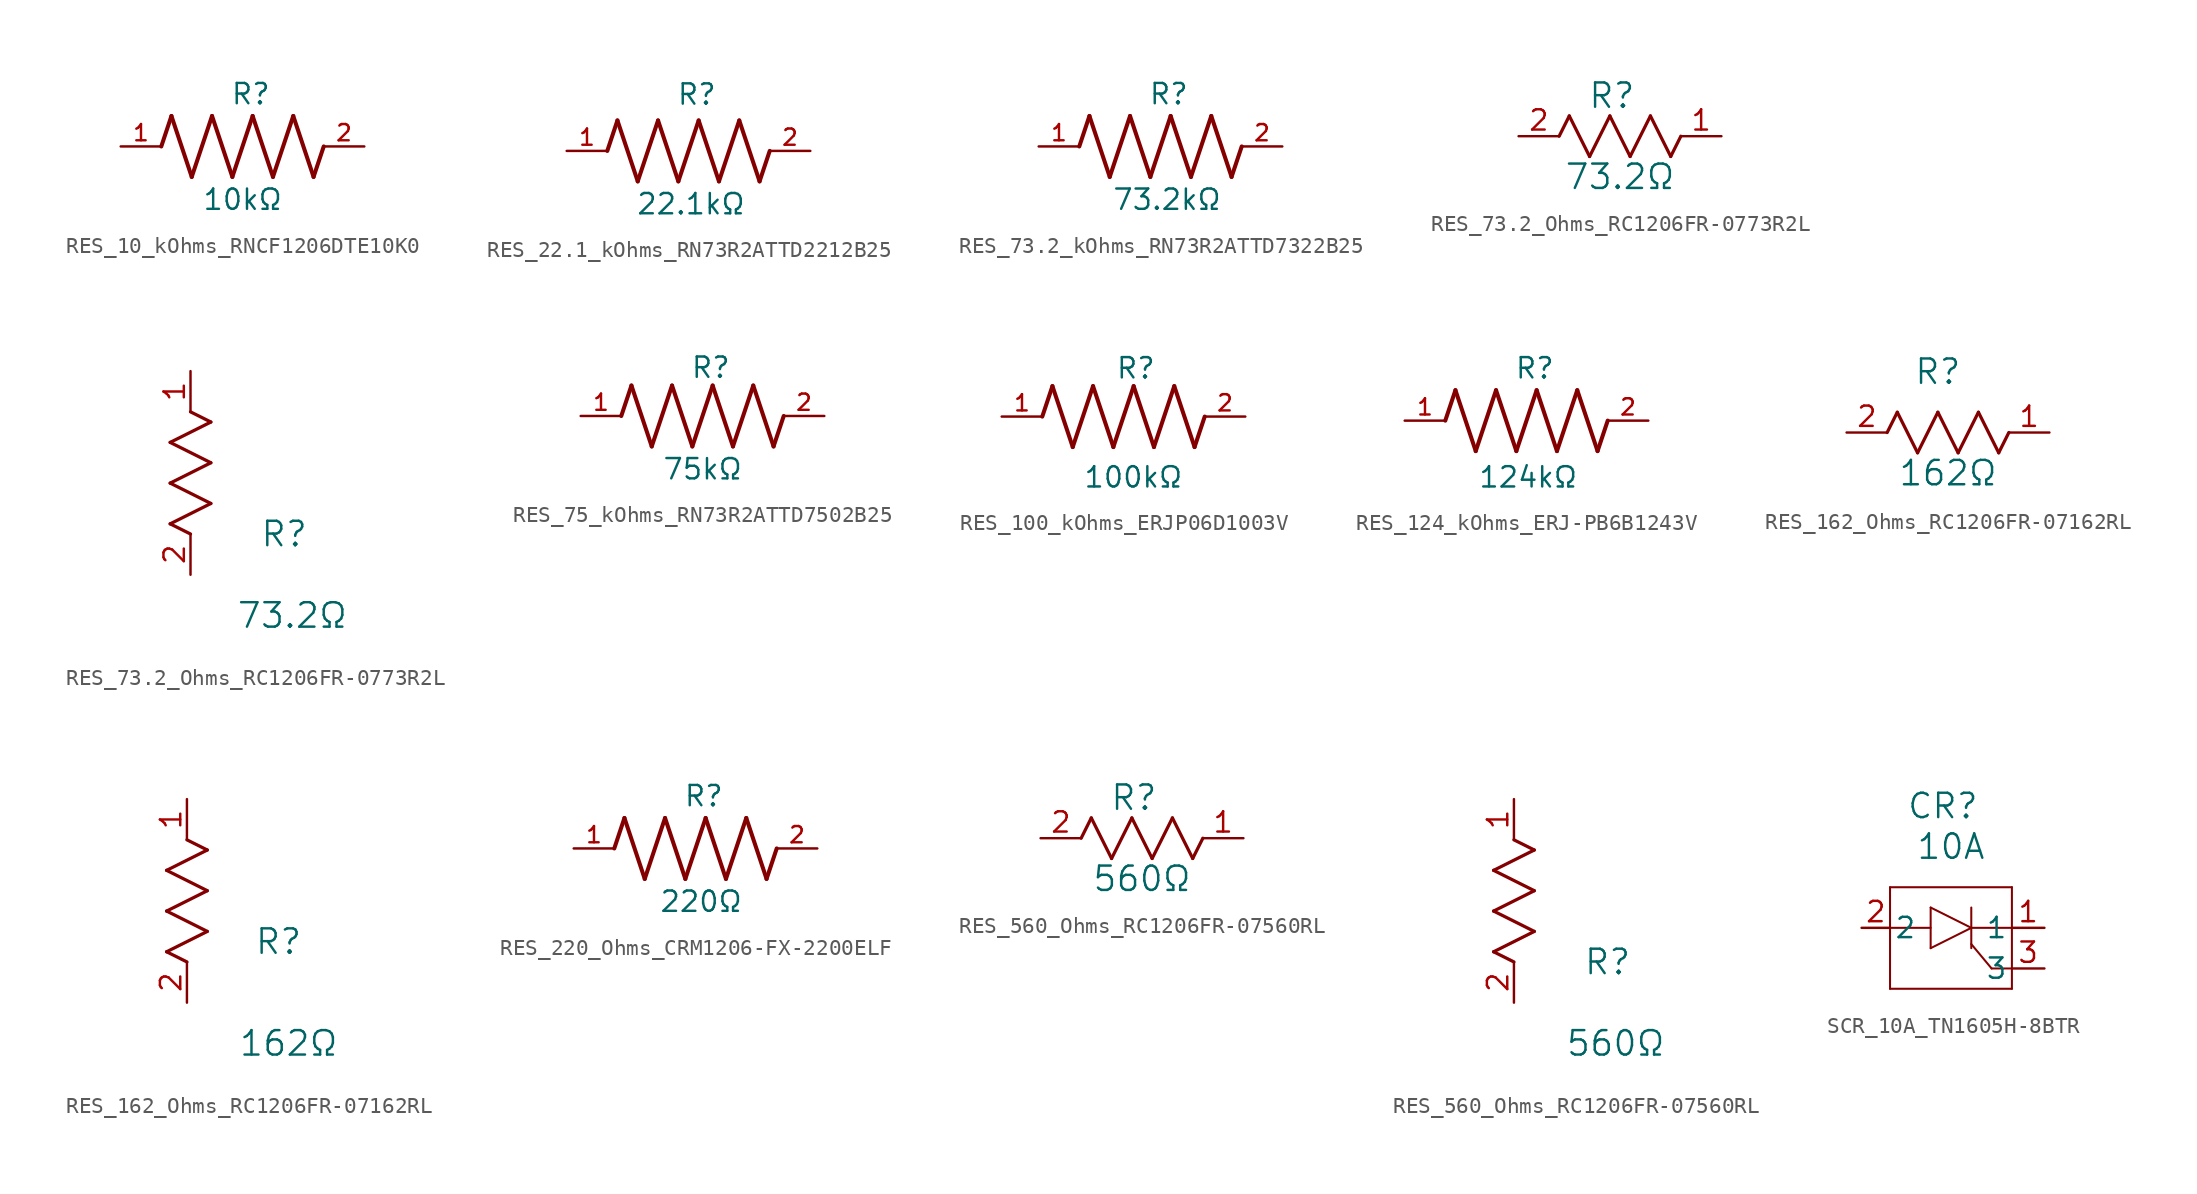
<source format=kicad_sym>
(kicad_symbol_lib
  (version 20241209)
  (generator "kicad_symbol_editor")
  (generator_version "9.0")
  (symbol "RES_10_kOhms_RNCF1206DTE10K0"
    (pin_names
      (offset 1.016))
    (property "Reference" "R"
      (at -0.762 2.54 0)
      (effects (font (size 1.27 1.27)) (justify left bottom)))
    (property "Value" "10kΩ"
      (at -2.54 -4.064 0)
      (effects (font (size 1.27 1.27)) (justify left bottom)))
    (symbol "RES_10_kOhms_RNCF1206DTE10K0_0_0"
      (polyline (pts (xy -5.08 0) (xy -4.445 1.905)) (stroke (width 0.254) (type default)) (fill (type none)))
      (polyline (pts (xy -4.445 1.905) (xy -3.175 -1.905)) (stroke (width 0.254) (type default)) (fill (type none)))
      (polyline (pts (xy -3.175 -1.905) (xy -1.905 1.905)) (stroke (width 0.254) (type default)) (fill (type none)))
      (polyline (pts (xy -1.905 1.905) (xy -0.635 -1.905)) (stroke (width 0.254) (type default)) (fill (type none)))
      (polyline (pts (xy -0.635 -1.905) (xy 0.635 1.905)) (stroke (width 0.254) (type default)) (fill (type none)))
      (polyline (pts (xy 0.635 1.905) (xy 1.905 -1.905)) (stroke (width 0.254) (type default)) (fill (type none)))
      (polyline (pts (xy 1.905 -1.905) (xy 3.175 1.905)) (stroke (width 0.254) (type default)) (fill (type none)))
      (polyline (pts (xy 3.175 1.905) (xy 4.445 -1.905)) (stroke (width 0.254) (type default)) (fill (type none)))
      (polyline (pts (xy 4.445 -1.905) (xy 5.08 0)) (stroke (width 0.254) (type default)) (fill (type none))))
    (symbol "RES_10_kOhms_RNCF1206DTE10K0_1_0"
      (pin passive line (at -7.62 0 0) (length 2.54) (name "~" (effects (font (size 1.016 1.016)))) (number "1" (effects (font (size 1.016 1.016)))))
      (pin passive line (at 7.62 0 180) (length 2.54) (name "~" (effects (font (size 1.016 1.016)))) (number "2" (effects (font (size 1.016 1.016)))))))
  (symbol "RES_22.1_kOhms_RN73R2ATTD2212B25"
    (pin_names
      (offset 1.016))
    (property "Reference" "R"
      (at -0.762 2.794 0)
      (effects (font (size 1.27 1.27)) (justify left bottom)))
    (property "Value" "22.1kΩ"
      (at -3.302 -4.064 0)
      (effects (font (size 1.27 1.27)) (justify left bottom)))
    (symbol "RES_22.1_kOhms_RN73R2ATTD2212B25_0_0"
      (polyline (pts (xy -5.08 0) (xy -4.445 1.905)) (stroke (width 0.254) (type default)) (fill (type none)))
      (polyline (pts (xy -4.445 1.905) (xy -3.175 -1.905)) (stroke (width 0.254) (type default)) (fill (type none)))
      (polyline (pts (xy -3.175 -1.905) (xy -1.905 1.905)) (stroke (width 0.254) (type default)) (fill (type none)))
      (polyline (pts (xy -1.905 1.905) (xy -0.635 -1.905)) (stroke (width 0.254) (type default)) (fill (type none)))
      (polyline (pts (xy -0.635 -1.905) (xy 0.635 1.905)) (stroke (width 0.254) (type default)) (fill (type none)))
      (polyline (pts (xy 0.635 1.905) (xy 1.905 -1.905)) (stroke (width 0.254) (type default)) (fill (type none)))
      (polyline (pts (xy 1.905 -1.905) (xy 3.175 1.905)) (stroke (width 0.254) (type default)) (fill (type none)))
      (polyline (pts (xy 3.175 1.905) (xy 4.445 -1.905)) (stroke (width 0.254) (type default)) (fill (type none)))
      (polyline (pts (xy 4.445 -1.905) (xy 5.08 0)) (stroke (width 0.254) (type default)) (fill (type none))))
    (symbol "RES_22.1_kOhms_RN73R2ATTD2212B25_1_0"
      (pin passive line (at -7.62 0 0) (length 2.54) (name "~" (effects (font (size 1.016 1.016)))) (number "1" (effects (font (size 1.016 1.016)))))
      (pin passive line (at 7.62 0 180) (length 2.54) (name "~" (effects (font (size 1.016 1.016)))) (number "2" (effects (font (size 1.016 1.016)))))))
  (symbol "RES_73.2_kOhms_RN73R2ATTD7322B25"
    (pin_names
      (offset 1.016))
    (property "Reference" "R"
      (at -0.762 2.54 0)
      (effects (font (size 1.27 1.27)) (justify left bottom)))
    (property "Value" "73.2kΩ"
      (at -3.048 -4.064 0)
      (effects (font (size 1.27 1.27)) (justify left bottom)))
    (symbol "RES_73.2_kOhms_RN73R2ATTD7322B25_0_0"
      (polyline (pts (xy -5.08 0) (xy -4.445 1.905)) (stroke (width 0.254) (type default)) (fill (type none)))
      (polyline (pts (xy -4.445 1.905) (xy -3.175 -1.905)) (stroke (width 0.254) (type default)) (fill (type none)))
      (polyline (pts (xy -3.175 -1.905) (xy -1.905 1.905)) (stroke (width 0.254) (type default)) (fill (type none)))
      (polyline (pts (xy -1.905 1.905) (xy -0.635 -1.905)) (stroke (width 0.254) (type default)) (fill (type none)))
      (polyline (pts (xy -0.635 -1.905) (xy 0.635 1.905)) (stroke (width 0.254) (type default)) (fill (type none)))
      (polyline (pts (xy 0.635 1.905) (xy 1.905 -1.905)) (stroke (width 0.254) (type default)) (fill (type none)))
      (polyline (pts (xy 1.905 -1.905) (xy 3.175 1.905)) (stroke (width 0.254) (type default)) (fill (type none)))
      (polyline (pts (xy 3.175 1.905) (xy 4.445 -1.905)) (stroke (width 0.254) (type default)) (fill (type none)))
      (polyline (pts (xy 4.445 -1.905) (xy 5.08 0)) (stroke (width 0.254) (type default)) (fill (type none))))
    (symbol "RES_73.2_kOhms_RN73R2ATTD7322B25_1_0"
      (pin passive line (at -7.62 0 0) (length 2.54) (name "~" (effects (font (size 1.016 1.016)))) (number "1" (effects (font (size 1.016 1.016)))))
      (pin passive line (at 7.62 0 180) (length 2.54) (name "~" (effects (font (size 1.016 1.016)))) (number "2" (effects (font (size 1.016 1.016)))))))
  (symbol "RES_73.2_Ohms_RC1206FR-0773R2L"
    (pin_names
      (offset 0.254))
    (property "Reference" "R"
      (at 5.842 2.54 0)
      (effects (font (size 1.524 1.524))))
    (property "Value" "73.2Ω"
      (at 6.35 -2.54 0)
      (effects (font (size 1.524 1.524))))
    (property "ki_locked" ""
      (at 0 0 0)
      (effects (font (size 1.27 1.27))))
    (symbol "RES_73.2_Ohms_RC1206FR-0773R2L_1_1"
      (polyline (pts (xy 2.54 0) (xy 3.175 1.27)) (stroke (width 0.203) (type default)) (fill (type none)))
      (polyline (pts (xy 3.175 1.27) (xy 4.445 -1.27)) (stroke (width 0.203) (type default)) (fill (type none)))
      (polyline (pts (xy 4.445 -1.27) (xy 5.715 1.27)) (stroke (width 0.203) (type default)) (fill (type none)))
      (polyline (pts (xy 5.715 1.27) (xy 6.985 -1.27)) (stroke (width 0.203) (type default)) (fill (type none)))
      (polyline (pts (xy 6.985 -1.27) (xy 8.255 1.27)) (stroke (width 0.203) (type default)) (fill (type none)))
      (polyline (pts (xy 8.255 1.27) (xy 9.525 -1.27)) (stroke (width 0.203) (type default)) (fill (type none)))
      (polyline (pts (xy 9.525 -1.27) (xy 10.16 0)) (stroke (width 0.203) (type default)) (fill (type none)))
      (pin unspecified line (at 0 0 0) (length 2.54) (name "" (effects (font (size 1.27 1.27)))) (number "2" (effects (font (size 1.27 1.27)))))
      (pin unspecified line (at 12.7 0 180) (length 2.54) (name "" (effects (font (size 1.27 1.27)))) (number "1" (effects (font (size 1.27 1.27))))))
    (symbol "RES_73.2_Ohms_RC1206FR-0773R2L_1_2"
      (polyline (pts (xy -1.27 8.255) (xy 1.27 9.525)) (stroke (width 0.203) (type default)) (fill (type none)))
      (polyline (pts (xy -1.27 5.715) (xy 1.27 6.985)) (stroke (width 0.203) (type default)) (fill (type none)))
      (polyline (pts (xy -1.27 3.175) (xy 1.27 4.445)) (stroke (width 0.203) (type default)) (fill (type none)))
      (polyline (pts (xy 0 2.54) (xy -1.27 3.175)) (stroke (width 0.203) (type default)) (fill (type none)))
      (polyline (pts (xy 1.27 9.525) (xy 0 10.16)) (stroke (width 0.203) (type default)) (fill (type none)))
      (polyline (pts (xy 1.27 6.985) (xy -1.27 8.255)) (stroke (width 0.203) (type default)) (fill (type none)))
      (polyline (pts (xy 1.27 4.445) (xy -1.27 5.715)) (stroke (width 0.203) (type default)) (fill (type none)))
      (pin unspecified line (at 0 12.7 270) (length 2.54) (name "" (effects (font (size 1.27 1.27)))) (number "1" (effects (font (size 1.27 1.27)))))
      (pin unspecified line (at 0 0 90) (length 2.54) (name "" (effects (font (size 1.27 1.27)))) (number "2" (effects (font (size 1.27 1.27)))))))
  (symbol "RES_75_kOhms_RN73R2ATTD7502B25"
    (pin_names
      (offset 1.016))
    (property "Reference" "R"
      (at -0.762 2.286 0)
      (effects (font (size 1.27 1.27)) (justify left bottom)))
    (property "Value" "75kΩ"
      (at -2.54 -4.064 0)
      (effects (font (size 1.27 1.27)) (justify left bottom)))
    (symbol "RES_75_kOhms_RN73R2ATTD7502B25_0_0"
      (polyline (pts (xy -5.08 0) (xy -4.445 1.905)) (stroke (width 0.254) (type default)) (fill (type none)))
      (polyline (pts (xy -4.445 1.905) (xy -3.175 -1.905)) (stroke (width 0.254) (type default)) (fill (type none)))
      (polyline (pts (xy -3.175 -1.905) (xy -1.905 1.905)) (stroke (width 0.254) (type default)) (fill (type none)))
      (polyline (pts (xy -1.905 1.905) (xy -0.635 -1.905)) (stroke (width 0.254) (type default)) (fill (type none)))
      (polyline (pts (xy -0.635 -1.905) (xy 0.635 1.905)) (stroke (width 0.254) (type default)) (fill (type none)))
      (polyline (pts (xy 0.635 1.905) (xy 1.905 -1.905)) (stroke (width 0.254) (type default)) (fill (type none)))
      (polyline (pts (xy 1.905 -1.905) (xy 3.175 1.905)) (stroke (width 0.254) (type default)) (fill (type none)))
      (polyline (pts (xy 3.175 1.905) (xy 4.445 -1.905)) (stroke (width 0.254) (type default)) (fill (type none)))
      (polyline (pts (xy 4.445 -1.905) (xy 5.08 0)) (stroke (width 0.254) (type default)) (fill (type none))))
    (symbol "RES_75_kOhms_RN73R2ATTD7502B25_1_0"
      (pin passive line (at -7.62 0 0) (length 2.54) (name "~" (effects (font (size 1.016 1.016)))) (number "1" (effects (font (size 1.016 1.016)))))
      (pin passive line (at 7.62 0 180) (length 2.54) (name "~" (effects (font (size 1.016 1.016)))) (number "2" (effects (font (size 1.016 1.016)))))))
  (symbol "RES_100_kOhms_ERJP06D1003V"
    (pin_names
      (offset 1.016))
    (property "Reference" "R"
      (at -0.508 2.286 0)
      (effects (font (size 1.27 1.27)) (justify left bottom)))
    (property "Value" "100kΩ"
      (at -2.54 -3.048 0)
      (effects (font (size 1.27 1.27)) (justify left top)))
    (symbol "RES_100_kOhms_ERJP06D1003V_0_0"
      (polyline (pts (xy -5.08 0) (xy -4.445 1.905)) (stroke (width 0.254) (type default)) (fill (type none)))
      (polyline (pts (xy -4.445 1.905) (xy -3.175 -1.905)) (stroke (width 0.254) (type default)) (fill (type none)))
      (polyline (pts (xy -3.175 -1.905) (xy -1.905 1.905)) (stroke (width 0.254) (type default)) (fill (type none)))
      (polyline (pts (xy -1.905 1.905) (xy -0.635 -1.905)) (stroke (width 0.254) (type default)) (fill (type none)))
      (polyline (pts (xy -0.635 -1.905) (xy 0.635 1.905)) (stroke (width 0.254) (type default)) (fill (type none)))
      (polyline (pts (xy 0.635 1.905) (xy 1.905 -1.905)) (stroke (width 0.254) (type default)) (fill (type none)))
      (polyline (pts (xy 1.905 -1.905) (xy 3.175 1.905)) (stroke (width 0.254) (type default)) (fill (type none)))
      (polyline (pts (xy 3.175 1.905) (xy 4.445 -1.905)) (stroke (width 0.254) (type default)) (fill (type none)))
      (polyline (pts (xy 4.445 -1.905) (xy 5.08 0)) (stroke (width 0.254) (type default)) (fill (type none))))
    (symbol "RES_100_kOhms_ERJP06D1003V_1_0"
      (pin passive line (at -7.62 0 0) (length 2.54) (name "~" (effects (font (size 1.016 1.016)))) (number "1" (effects (font (size 1.016 1.016)))))
      (pin passive line (at 7.62 0 180) (length 2.54) (name "~" (effects (font (size 1.016 1.016)))) (number "2" (effects (font (size 1.016 1.016)))))))
  (symbol "RES_124_kOhms_ERJ-PB6B1243V"
    (pin_names
      (offset 1.016))
    (property "Reference" "R"
      (at -0.762 2.54 0)
      (effects (font (size 1.27 1.27)) (justify left bottom)))
    (property "Value" "124kΩ"
      (at -3.048 -2.794 0)
      (effects (font (size 1.27 1.27)) (justify left top)))
    (symbol "RES_124_kOhms_ERJ-PB6B1243V_0_0"
      (polyline (pts (xy -5.08 0) (xy -4.445 1.905)) (stroke (width 0.254) (type default)) (fill (type none)))
      (polyline (pts (xy -4.445 1.905) (xy -3.175 -1.905)) (stroke (width 0.254) (type default)) (fill (type none)))
      (polyline (pts (xy -3.175 -1.905) (xy -1.905 1.905)) (stroke (width 0.254) (type default)) (fill (type none)))
      (polyline (pts (xy -1.905 1.905) (xy -0.635 -1.905)) (stroke (width 0.254) (type default)) (fill (type none)))
      (polyline (pts (xy -0.635 -1.905) (xy 0.635 1.905)) (stroke (width 0.254) (type default)) (fill (type none)))
      (polyline (pts (xy 0.635 1.905) (xy 1.905 -1.905)) (stroke (width 0.254) (type default)) (fill (type none)))
      (polyline (pts (xy 1.905 -1.905) (xy 3.175 1.905)) (stroke (width 0.254) (type default)) (fill (type none)))
      (polyline (pts (xy 3.175 1.905) (xy 4.445 -1.905)) (stroke (width 0.254) (type default)) (fill (type none)))
      (polyline (pts (xy 4.445 -1.905) (xy 5.08 0)) (stroke (width 0.254) (type default)) (fill (type none))))
    (symbol "RES_124_kOhms_ERJ-PB6B1243V_1_0"
      (pin passive line (at -7.62 0 0) (length 2.54) (name "~" (effects (font (size 1.016 1.016)))) (number "1" (effects (font (size 1.016 1.016)))))
      (pin passive line (at 7.62 0 180) (length 2.54) (name "~" (effects (font (size 1.016 1.016)))) (number "2" (effects (font (size 1.016 1.016)))))))
  (symbol "RES_162_Ohms_RC1206FR-07162RL"
    (pin_names
      (offset 0.254))
    (property "Reference" "R"
      (at 5.715 3.81 0)
      (effects (font (size 1.524 1.524))))
    (property "Value" "162Ω"
      (at 6.35 -2.54 0)
      (effects (font (size 1.524 1.524))))
    (property "ki_locked" ""
      (at 0 0 0)
      (effects (font (size 1.27 1.27))))
    (symbol "RES_162_Ohms_RC1206FR-07162RL_1_1"
      (polyline (pts (xy 2.54 0) (xy 3.175 1.27)) (stroke (width 0.203) (type default)) (fill (type none)))
      (polyline (pts (xy 3.175 1.27) (xy 4.445 -1.27)) (stroke (width 0.203) (type default)) (fill (type none)))
      (polyline (pts (xy 4.445 -1.27) (xy 5.715 1.27)) (stroke (width 0.203) (type default)) (fill (type none)))
      (polyline (pts (xy 5.715 1.27) (xy 6.985 -1.27)) (stroke (width 0.203) (type default)) (fill (type none)))
      (polyline (pts (xy 6.985 -1.27) (xy 8.255 1.27)) (stroke (width 0.203) (type default)) (fill (type none)))
      (polyline (pts (xy 8.255 1.27) (xy 9.525 -1.27)) (stroke (width 0.203) (type default)) (fill (type none)))
      (polyline (pts (xy 9.525 -1.27) (xy 10.16 0)) (stroke (width 0.203) (type default)) (fill (type none)))
      (pin unspecified line (at 0 0 0) (length 2.54) (name "" (effects (font (size 1.27 1.27)))) (number "2" (effects (font (size 1.27 1.27)))))
      (pin unspecified line (at 12.7 0 180) (length 2.54) (name "" (effects (font (size 1.27 1.27)))) (number "1" (effects (font (size 1.27 1.27))))))
    (symbol "RES_162_Ohms_RC1206FR-07162RL_1_2"
      (polyline (pts (xy -1.27 8.255) (xy 1.27 9.525)) (stroke (width 0.203) (type default)) (fill (type none)))
      (polyline (pts (xy -1.27 5.715) (xy 1.27 6.985)) (stroke (width 0.203) (type default)) (fill (type none)))
      (polyline (pts (xy -1.27 3.175) (xy 1.27 4.445)) (stroke (width 0.203) (type default)) (fill (type none)))
      (polyline (pts (xy 0 2.54) (xy -1.27 3.175)) (stroke (width 0.203) (type default)) (fill (type none)))
      (polyline (pts (xy 1.27 9.525) (xy 0 10.16)) (stroke (width 0.203) (type default)) (fill (type none)))
      (polyline (pts (xy 1.27 6.985) (xy -1.27 8.255)) (stroke (width 0.203) (type default)) (fill (type none)))
      (polyline (pts (xy 1.27 4.445) (xy -1.27 5.715)) (stroke (width 0.203) (type default)) (fill (type none)))
      (pin unspecified line (at 0 12.7 270) (length 2.54) (name "" (effects (font (size 1.27 1.27)))) (number "1" (effects (font (size 1.27 1.27)))))
      (pin unspecified line (at 0 0 90) (length 2.54) (name "" (effects (font (size 1.27 1.27)))) (number "2" (effects (font (size 1.27 1.27)))))))
  (symbol "RES_220_Ohms_CRM1206-FX-2200ELF"
    (pin_names
      (offset 1.016))
    (property "Reference" "R"
      (at -0.762 2.54 0)
      (effects (font (size 1.27 1.27)) (justify left bottom)))
    (property "Value" "220Ω"
      (at -2.286 -4.064 0)
      (effects (font (size 1.27 1.27)) (justify left bottom)))
    (symbol "RES_220_Ohms_CRM1206-FX-2200ELF_0_0"
      (polyline (pts (xy -5.08 0) (xy -4.445 1.905)) (stroke (width 0.254) (type default)) (fill (type none)))
      (polyline (pts (xy -4.445 1.905) (xy -3.175 -1.905)) (stroke (width 0.254) (type default)) (fill (type none)))
      (polyline (pts (xy -3.175 -1.905) (xy -1.905 1.905)) (stroke (width 0.254) (type default)) (fill (type none)))
      (polyline (pts (xy -1.905 1.905) (xy -0.635 -1.905)) (stroke (width 0.254) (type default)) (fill (type none)))
      (polyline (pts (xy -0.635 -1.905) (xy 0.635 1.905)) (stroke (width 0.254) (type default)) (fill (type none)))
      (polyline (pts (xy 0.635 1.905) (xy 1.905 -1.905)) (stroke (width 0.254) (type default)) (fill (type none)))
      (polyline (pts (xy 1.905 -1.905) (xy 3.175 1.905)) (stroke (width 0.254) (type default)) (fill (type none)))
      (polyline (pts (xy 3.175 1.905) (xy 4.445 -1.905)) (stroke (width 0.254) (type default)) (fill (type none)))
      (polyline (pts (xy 4.445 -1.905) (xy 5.08 0)) (stroke (width 0.254) (type default)) (fill (type none))))
    (symbol "RES_220_Ohms_CRM1206-FX-2200ELF_1_0"
      (pin passive line (at -7.62 0 0) (length 2.54) (name "~" (effects (font (size 1.016 1.016)))) (number "1" (effects (font (size 1.016 1.016)))))
      (pin passive line (at 7.62 0 180) (length 2.54) (name "~" (effects (font (size 1.016 1.016)))) (number "2" (effects (font (size 1.016 1.016)))))))
  (symbol "RES_560_Ohms_RC1206FR-07560RL"
    (pin_names
      (offset 0.254))
    (property "Reference" "R"
      (at 5.842 2.54 0)
      (effects (font (size 1.524 1.524))))
    (property "Value" "560Ω"
      (at 6.35 -2.54 0)
      (effects (font (size 1.524 1.524))))
    (property "ki_locked" ""
      (at 0 0 0)
      (effects (font (size 1.27 1.27))))
    (symbol "RES_560_Ohms_RC1206FR-07560RL_1_1"
      (polyline (pts (xy 2.54 0) (xy 3.175 1.27)) (stroke (width 0.203) (type default)) (fill (type none)))
      (polyline (pts (xy 3.175 1.27) (xy 4.445 -1.27)) (stroke (width 0.203) (type default)) (fill (type none)))
      (polyline (pts (xy 4.445 -1.27) (xy 5.715 1.27)) (stroke (width 0.203) (type default)) (fill (type none)))
      (polyline (pts (xy 5.715 1.27) (xy 6.985 -1.27)) (stroke (width 0.203) (type default)) (fill (type none)))
      (polyline (pts (xy 6.985 -1.27) (xy 8.255 1.27)) (stroke (width 0.203) (type default)) (fill (type none)))
      (polyline (pts (xy 8.255 1.27) (xy 9.525 -1.27)) (stroke (width 0.203) (type default)) (fill (type none)))
      (polyline (pts (xy 9.525 -1.27) (xy 10.16 0)) (stroke (width 0.203) (type default)) (fill (type none)))
      (pin unspecified line (at 0 0 0) (length 2.54) (name "" (effects (font (size 1.27 1.27)))) (number "2" (effects (font (size 1.27 1.27)))))
      (pin unspecified line (at 12.7 0 180) (length 2.54) (name "" (effects (font (size 1.27 1.27)))) (number "1" (effects (font (size 1.27 1.27))))))
    (symbol "RES_560_Ohms_RC1206FR-07560RL_1_2"
      (polyline (pts (xy -1.27 8.255) (xy 1.27 9.525)) (stroke (width 0.203) (type default)) (fill (type none)))
      (polyline (pts (xy -1.27 5.715) (xy 1.27 6.985)) (stroke (width 0.203) (type default)) (fill (type none)))
      (polyline (pts (xy -1.27 3.175) (xy 1.27 4.445)) (stroke (width 0.203) (type default)) (fill (type none)))
      (polyline (pts (xy 0 2.54) (xy -1.27 3.175)) (stroke (width 0.203) (type default)) (fill (type none)))
      (polyline (pts (xy 1.27 9.525) (xy 0 10.16)) (stroke (width 0.203) (type default)) (fill (type none)))
      (polyline (pts (xy 1.27 6.985) (xy -1.27 8.255)) (stroke (width 0.203) (type default)) (fill (type none)))
      (polyline (pts (xy 1.27 4.445) (xy -1.27 5.715)) (stroke (width 0.203) (type default)) (fill (type none)))
      (pin unspecified line (at 0 12.7 270) (length 2.54) (name "" (effects (font (size 1.27 1.27)))) (number "1" (effects (font (size 1.27 1.27)))))
      (pin unspecified line (at 0 0 90) (length 2.54) (name "" (effects (font (size 1.27 1.27)))) (number "2" (effects (font (size 1.27 1.27)))))))
  (symbol "SCR_10A_TN1605H-8BTR"
    (pin_names
      (offset 0.254))
    (property "Reference" "CR"
      (at 0 7.62 0)
      (effects (font (size 1.524 1.524))))
    (property "Value" "10A"
      (at 0.508 5.08 0)
      (effects (font (size 1.524 1.524))))
    (property "ki_locked" ""
      (at 0 0 0)
      (effects (font (size 1.27 1.27))))
    (symbol "SCR_10A_TN1605H-8BTR_0_1"
      (polyline (pts (xy -3.302 2.54) (xy -3.302 -3.81)) (stroke (width 0.127) (type default)) (fill (type none)))
      (polyline (pts (xy -3.302 0) (xy -0.762 0)) (stroke (width 0.127) (type default)) (fill (type none)))
      (polyline (pts (xy -3.302 -3.81) (xy 4.318 -3.81)) (stroke (width 0.127) (type default)) (fill (type none)))
      (polyline (pts (xy -0.762 1.27) (xy -0.762 -1.27)) (stroke (width 0.127) (type default)) (fill (type none)))
      (polyline (pts (xy -0.762 1.27) (xy 1.778 0)) (stroke (width 0.127) (type default)) (fill (type none)))
      (polyline (pts (xy -0.762 -1.27) (xy 1.778 0)) (stroke (width 0.127) (type default)) (fill (type none)))
      (polyline (pts (xy 1.778 1.27) (xy 1.778 -1.27)) (stroke (width 0.127) (type default)) (fill (type none)))
      (polyline (pts (xy 1.778 0) (xy 4.318 0)) (stroke (width 0.127) (type default)) (fill (type none)))
      (polyline (pts (xy 3.048 -2.54) (xy 1.778 -1.016)) (stroke (width 0.127) (type default)) (fill (type none)))
      (polyline (pts (xy 4.318 2.54) (xy -3.302 2.54)) (stroke (width 0.127) (type default)) (fill (type none)))
      (polyline (pts (xy 4.318 -2.54) (xy 3.048 -2.54)) (stroke (width 0.127) (type default)) (fill (type none)))
      (polyline (pts (xy 4.318 -3.81) (xy 4.318 2.54)) (stroke (width 0.127) (type default)) (fill (type none))))
    (symbol "SCR_10A_TN1605H-8BTR_1_1"
      (pin unspecified line (at -5.08 0 0) (length 1.778) (name "2" (effects (font (size 1.27 1.27)))) (number "2" (effects (font (size 1.27 1.27)))))
      (pin unspecified line (at 6.35 0 180) (length 2.032) (name "1" (effects (font (size 1.27 1.27)))) (number "1" (effects (font (size 1.27 1.27)))))
      (pin unspecified line (at 6.35 -2.54 180) (length 2.032) (name "3" (effects (font (size 1.27 1.27)))) (number "3" (effects (font (size 1.27 1.27))))))))
</source>
